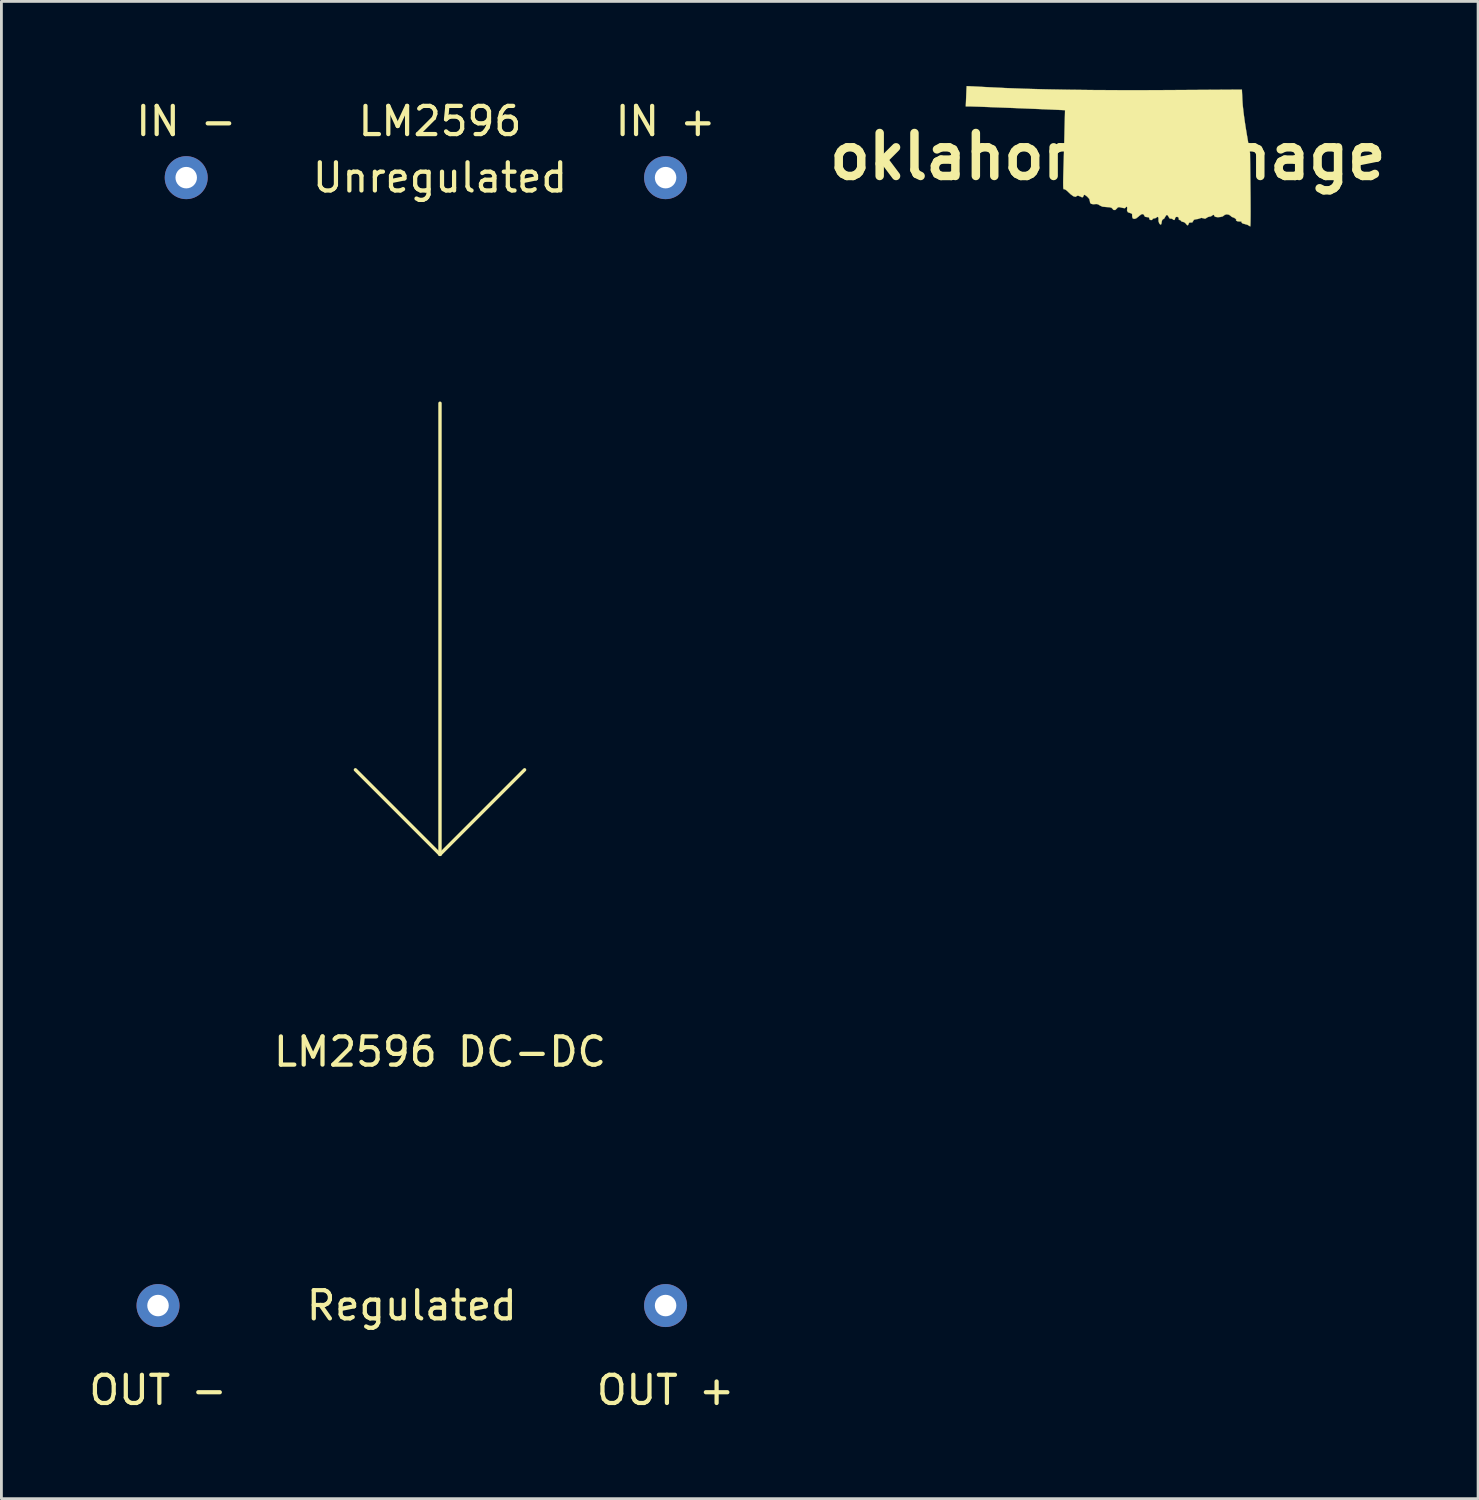
<source format=kicad_pcb>
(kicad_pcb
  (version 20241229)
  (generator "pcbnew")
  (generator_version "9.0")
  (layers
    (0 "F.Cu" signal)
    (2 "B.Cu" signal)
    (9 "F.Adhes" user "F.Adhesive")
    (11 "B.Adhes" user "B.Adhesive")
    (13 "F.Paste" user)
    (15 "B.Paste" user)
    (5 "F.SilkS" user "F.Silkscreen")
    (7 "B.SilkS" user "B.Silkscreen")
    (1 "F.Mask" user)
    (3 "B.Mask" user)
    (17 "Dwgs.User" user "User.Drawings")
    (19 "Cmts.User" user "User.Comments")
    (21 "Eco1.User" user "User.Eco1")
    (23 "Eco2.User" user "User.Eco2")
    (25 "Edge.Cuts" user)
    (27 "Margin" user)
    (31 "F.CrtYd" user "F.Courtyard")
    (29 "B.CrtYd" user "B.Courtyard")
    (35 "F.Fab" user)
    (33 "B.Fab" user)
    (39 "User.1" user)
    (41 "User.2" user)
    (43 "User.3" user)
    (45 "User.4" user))
  (footprint "LM2596"
    (layer "F.Cu")
    (at 13.554 0.25)
    (property "Reference" "LM2596" (at -1 1 0) (layer "F.SilkS") (effects (font (size 1 1) (thickness 0.15))))
    (attr through_hole)
    (fp_line (start -1 11) (end -1 27) (stroke (width 0.12) (type solid)) (layer "F.SilkS"))
    (fp_line (start -1 27) (end -4 24) (stroke (width 0.12) (type solid)) (layer "F.SilkS"))
    (fp_line (start -1 27) (end 2 24) (stroke (width 0.12) (type solid)) (layer "F.SilkS"))
    (fp_text user "Unregulated" (at -1 3 0) (layer "F.SilkS") (effects (font (size 1 1) (thickness 0.15))))
    (fp_text user "LM2596 DC-DC" (at -1 34 0) (layer "F.SilkS") (effects (font (size 1 1) (thickness 0.15))))
    (fp_text user "OUT +" (at 7 46 0) (layer "F.SilkS") (effects (font (size 1 1) (thickness 0.15))))
    (fp_text user "Regulated" (at -2 43 0) (layer "F.SilkS") (effects (font (size 1 1) (thickness 0.15))))
    (fp_text user "IN -" (at -10 1 0) (layer "F.SilkS") (effects (font (size 1 1) (thickness 0.15))))
    (fp_text user "OUT -" (at -11 46 0) (layer "F.SilkS") (effects (font (size 1 1) (thickness 0.15))))
    (fp_text user "IN +" (at 7 1 0) (layer "F.SilkS") (effects (font (size 1 1) (thickness 0.15))))
    (pad "1" thru_hole circle (at -10 3) (size 1.524 1.524) (drill 0.762) (layers "*.Cu" "*.Mask"))
    (pad "2" thru_hole circle (at 7 3) (size 1.524 1.524) (drill 0.762) (layers "*.Cu" "*.Mask"))
    (pad "3" thru_hole circle (at -11 43) (size 1.524 1.524) (drill 0.762) (layers "*.Cu" "*.Mask"))
    (pad "4" thru_hole circle (at 7 43) (size 1.524 1.524) (drill 0.762) (layers "*.Cu" "*.Mask")))
  (footprint "oklahoma-image"
    (layer "F.Cu")
    (at 36.238 2.501)
    (property "Reference" "oklahoma-image" (at 0 0 0) (layer "F.SilkS") (effects (font (size 1.524 1.524) (thickness 0.3))))
    (attr through_hole)
    (fp_poly (pts (xy -4.973 -2.496) (xy -4.887 -2.492) (xy -4.756 -2.486) (xy -4.588 -2.477) (xy -4.392 -2.466) (xy -4.27 -2.46) (xy -3.639 -2.429) (xy -2.951 -2.403) (xy -2.206 -2.383) (xy -1.402 -2.368) (xy -0.538 -2.358) (xy 0.386 -2.353) (xy 1.372 -2.353) (xy 2.068 -2.356) (xy 4.754 -2.372) (xy 4.772 -1.988) (xy 4.784 -1.821) (xy 4.807 -1.606) (xy 4.839 -1.358) (xy 4.878 -1.092) (xy 4.916 -0.857) (xy 5.043 -0.111) (xy 5.057 1.183) (xy 5.06 1.462) (xy 5.061 1.721) (xy 5.062 1.953) (xy 5.061 2.15) (xy 5.059 2.307) (xy 5.056 2.416) (xy 5.052 2.471) (xy 5.051 2.477) (xy 5.011 2.457) (xy 4.999 2.447) (xy 4.947 2.419) (xy 4.882 2.401) (xy 4.783 2.374) (xy 4.742 2.341) (xy 4.745 2.32) (xy 4.731 2.304) (xy 4.687 2.303) (xy 4.609 2.298) (xy 4.569 2.283) (xy 4.543 2.259) (xy 4.55 2.255) (xy 4.557 2.24) (xy 4.53 2.208) (xy 4.486 2.175) (xy 4.445 2.159) (xy 4.443 2.159) (xy 4.391 2.137) (xy 4.369 2.115) (xy 4.299 2.064) (xy 4.214 2.048) (xy 4.141 2.07) (xy 4.121 2.09) (xy 4.071 2.124) (xy 3.991 2.144) (xy 3.902 2.151) (xy 3.826 2.142) (xy 3.782 2.118) (xy 3.778 2.105) (xy 3.759 2.068) (xy 3.718 2.074) (xy 3.699 2.095) (xy 3.654 2.122) (xy 3.615 2.127) (xy 3.54 2.149) (xy 3.504 2.175) (xy 3.447 2.205) (xy 3.395 2.19) (xy 3.312 2.175) (xy 3.272 2.19) (xy 3.192 2.215) (xy 3.126 2.223) (xy 3.053 2.242) (xy 3.025 2.289) (xy 2.993 2.338) (xy 2.945 2.338) (xy 2.888 2.344) (xy 2.866 2.383) (xy 2.841 2.437) (xy 2.807 2.43) (xy 2.77 2.381) (xy 2.713 2.331) (xy 2.667 2.318) (xy 2.615 2.304) (xy 2.603 2.286) (xy 2.578 2.258) (xy 2.552 2.254) (xy 2.516 2.234) (xy 2.519 2.209) (xy 2.51 2.165) (xy 2.465 2.138) (xy 2.411 2.144) (xy 2.41 2.145) (xy 2.384 2.189) (xy 2.381 2.208) (xy 2.362 2.25) (xy 2.322 2.244) (xy 2.301 2.22) (xy 2.257 2.2) (xy 2.234 2.204) (xy 2.188 2.192) (xy 2.159 2.143) (xy 2.119 2.077) (xy 2.076 2.074) (xy 2.036 2.134) (xy 2.032 2.143) (xy 1.996 2.202) (xy 1.96 2.223) (xy 1.928 2.25) (xy 1.912 2.307) (xy 1.9 2.377) (xy 1.886 2.41) (xy 1.856 2.409) (xy 1.823 2.366) (xy 1.8 2.303) (xy 1.796 2.242) (xy 1.797 2.237) (xy 1.797 2.176) (xy 1.774 2.14) (xy 1.741 2.146) (xy 1.731 2.158) (xy 1.686 2.186) (xy 1.649 2.191) (xy 1.599 2.204) (xy 1.587 2.223) (xy 1.561 2.249) (xy 1.528 2.254) (xy 1.479 2.232) (xy 1.472 2.199) (xy 1.458 2.157) (xy 1.398 2.148) (xy 1.392 2.149) (xy 1.32 2.136) (xy 1.292 2.093) (xy 1.257 2.04) (xy 1.197 2.044) (xy 1.112 2.105) (xy 1.086 2.13) (xy 1.001 2.195) (xy 0.928 2.213) (xy 0.878 2.186) (xy 0.862 2.114) (xy 0.863 2.101) (xy 0.86 2.036) (xy 0.817 2.009) (xy 0.794 2.005) (xy 0.71 1.974) (xy 0.68 1.909) (xy 0.687 1.85) (xy 0.686 1.796) (xy 0.661 1.776) (xy 0.632 1.803) (xy 0.629 1.813) (xy 0.601 1.832) (xy 0.532 1.823) (xy 0.491 1.813) (xy 0.407 1.794) (xy 0.36 1.8) (xy 0.325 1.836) (xy 0.322 1.841) (xy 0.261 1.897) (xy 0.201 1.893) (xy 0.163 1.849) (xy 0.125 1.814) (xy 0.051 1.797) (xy -0.044 1.792) (xy -0.184 1.779) (xy -0.272 1.742) (xy -0.282 1.734) (xy -0.351 1.693) (xy -0.402 1.684) (xy -0.524 1.691) (xy -0.596 1.676) (xy -0.629 1.636) (xy -0.635 1.59) (xy -0.656 1.504) (xy -0.728 1.425) (xy -0.738 1.416) (xy -0.804 1.367) (xy -0.838 1.356) (xy -0.856 1.379) (xy -0.864 1.399) (xy -0.885 1.44) (xy -0.918 1.444) (xy -0.982 1.414) (xy -1.058 1.386) (xy -1.095 1.397) (xy -1.147 1.429) (xy -1.224 1.407) (xy -1.324 1.334) (xy -1.377 1.282) (xy -1.467 1.198) (xy -1.531 1.159) (xy -1.556 1.159) (xy -1.57 1.155) (xy -1.579 1.117) (xy -1.583 1.041) (xy -1.584 0.919) (xy -1.581 0.746) (xy -1.576 0.552) (xy -1.569 0.324) (xy -1.561 0.054) (xy -1.553 -0.238) (xy -1.545 -0.531) (xy -1.538 -0.805) (xy -1.537 -0.862) (xy -1.517 -1.644) (xy -1.941 -1.663) (xy -2.17 -1.673) (xy -2.426 -1.684) (xy -2.702 -1.695) (xy -2.99 -1.707) (xy -3.284 -1.719) (xy -3.575 -1.73) (xy -3.856 -1.741) (xy -4.12 -1.751) (xy -4.358 -1.76) (xy -4.563 -1.768) (xy -4.728 -1.773) (xy -4.845 -1.777) (xy -4.906 -1.778) (xy -4.908 -1.778) (xy -5.037 -1.778) (xy -5.023 -2.135) (xy -5.017 -2.278) (xy -5.012 -2.394) (xy -5.007 -2.471) (xy -5.005 -2.496) (xy -4.973 -2.496)) (stroke (width 0.01) (type solid)) (fill yes) (layer "F.SilkS")))
  (gr_rect
    (start -3 -3)
    (end 49.369 50.098)
    (stroke (width 0.1) (type default))
    (fill no)
    (layer "Edge.Cuts")))
</source>
